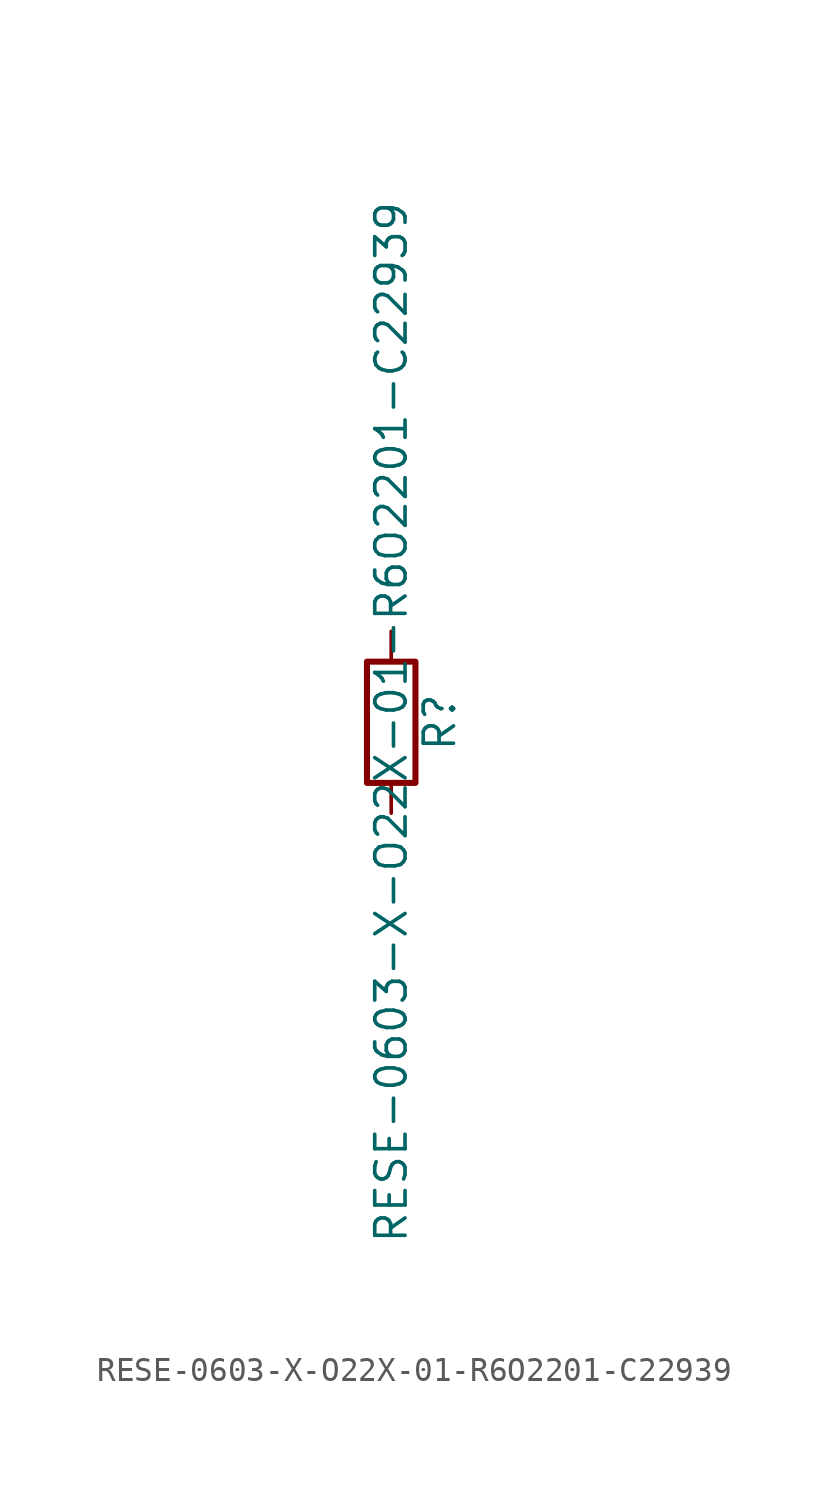
<source format=kicad_sym>
(kicad_symbol_lib
  (version 20211014)
  (generator kicad_symbol_editor)
  (symbol "RESE-0603-X-O22X-01-R6O2201-C22939"
    (pin_numbers hide)
    (pin_names
      (offset 0))
    (property "Reference" "R"
      (at 2.032 0 90)
      (effects (font (size 1.27 1.27))))
    (property "Value" "RESE-0603-X-O22X-01-R6O2201-C22939"
      (at 0 0 90)
      (effects (font (size 1.27 1.27))))
    (symbol "RESE-0603-X-O22X-01-R6O2201-C22939_0_1"
      (rectangle (start -1.016 -2.54) (end 1.016 2.54) (stroke (width 0.254) (type default) (color 0 0 0 0)) (fill (type none))))
    (symbol "RESE-0603-X-O22X-01-R6O2201-C22939_1_1"
      (pin passive line (at 0 3.81 270) (length 1.27) (name "~" (effects (font (size 1.27 1.27)))) (number "1" (effects (font (size 1.27 1.27)))))
      (pin passive line (at 0 -3.81 90) (length 1.27) (name "~" (effects (font (size 1.27 1.27)))) (number "2" (effects (font (size 1.27 1.27))))))))
</source>
